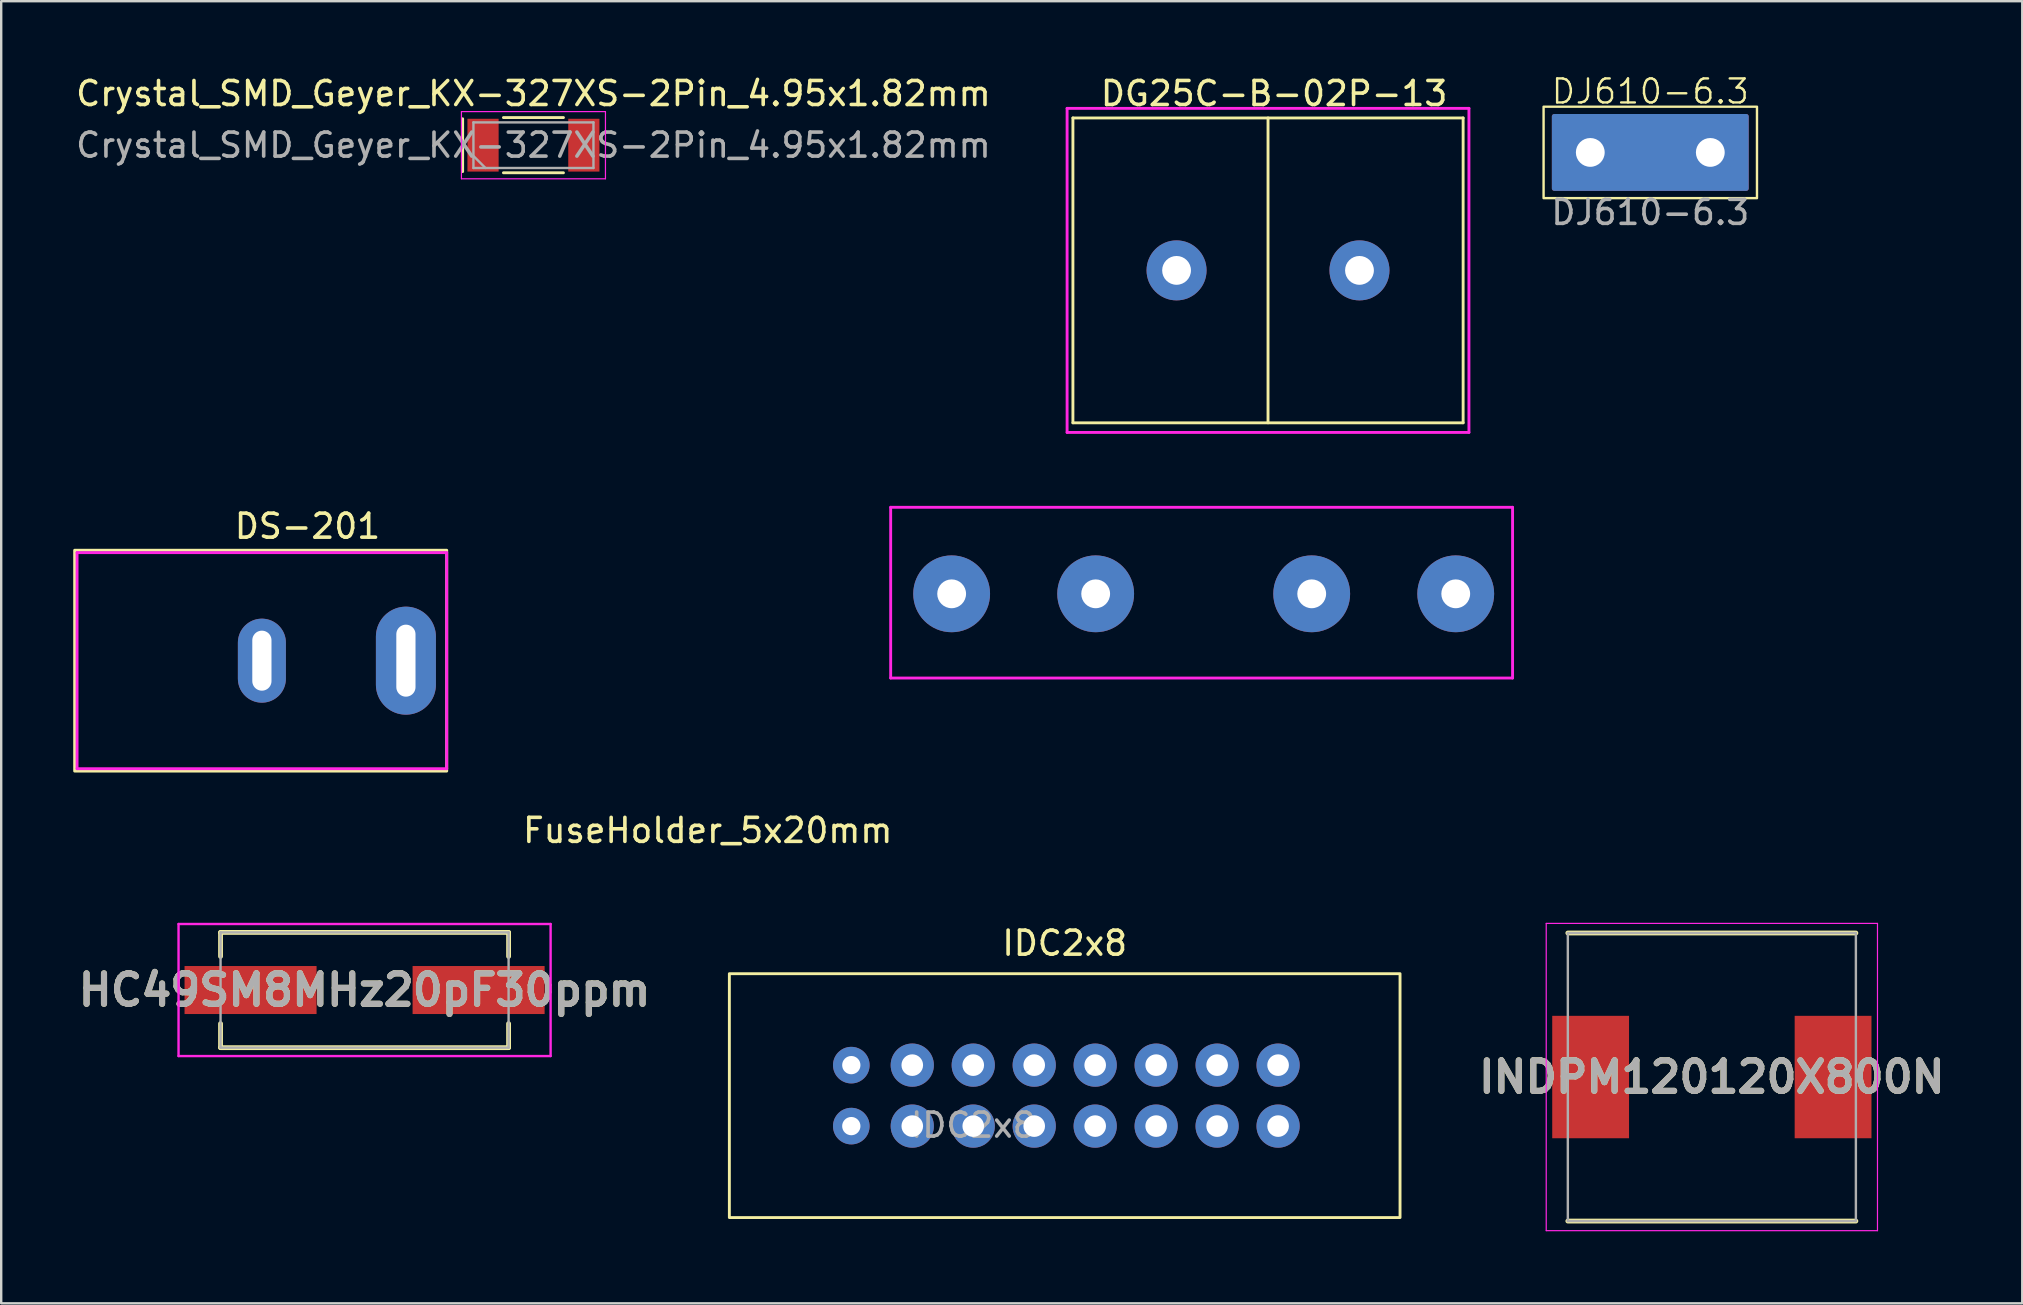
<source format=kicad_pcb>
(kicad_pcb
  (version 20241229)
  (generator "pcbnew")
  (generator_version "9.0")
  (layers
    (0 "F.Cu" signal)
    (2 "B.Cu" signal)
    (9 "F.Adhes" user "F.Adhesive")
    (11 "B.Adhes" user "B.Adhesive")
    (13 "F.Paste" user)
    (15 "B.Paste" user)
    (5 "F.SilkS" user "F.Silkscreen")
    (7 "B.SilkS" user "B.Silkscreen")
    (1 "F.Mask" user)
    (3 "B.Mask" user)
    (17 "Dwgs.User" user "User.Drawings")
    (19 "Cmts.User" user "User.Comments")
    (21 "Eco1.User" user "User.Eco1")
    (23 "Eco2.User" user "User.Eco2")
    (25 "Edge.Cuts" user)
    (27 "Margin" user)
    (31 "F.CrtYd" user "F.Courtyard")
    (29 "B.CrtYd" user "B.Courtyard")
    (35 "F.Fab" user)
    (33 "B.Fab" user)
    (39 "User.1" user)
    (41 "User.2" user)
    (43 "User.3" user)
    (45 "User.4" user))
  (footprint "FuseHolder_5x20mm"
    (layer "F.Cu")
    (at 34.055 25.196)
    (property "Reference" "FuseHolder_5x20mm" (at -7.62 6.35 0) (layer "F.SilkS") (effects (font (size 1 1) (thickness 0.15))))
    (attr through_hole)
    (fp_line (start 0 -7.112) (end 0 0) (stroke (width 0.12) (type solid)) (layer "F.CrtYd"))
    (fp_line (start 0 0) (end 25.908 0) (stroke (width 0.12) (type solid)) (layer "F.CrtYd"))
    (fp_line (start 25.908 -7.112) (end 0 -7.112) (stroke (width 0.12) (type solid)) (layer "F.CrtYd"))
    (fp_line (start 25.908 0) (end 25.908 -7.112) (stroke (width 0.12) (type solid)) (layer "F.CrtYd"))
    (pad "1" thru_hole circle (at 17.54 -3.508) (size 3.2 3.2) (drill 1.2) (layers "*.Cu" "*.Mask"))
    (pad "1" thru_hole circle (at 23.54 -3.508) (size 3.2 3.2) (drill 1.2) (layers "*.Cu" "*.Mask"))
    (pad "2" thru_hole circle (at 2.54 -3.508) (size 3.2 3.2) (drill 1.2) (layers "*.Cu" "*.Mask"))
    (pad "2" thru_hole circle (at 8.54 -3.508) (size 3.2 3.2) (drill 1.2) (layers "*.Cu" "*.Mask")))
  (footprint "INDPM120120X800N"
    (layer "F.Cu")
    (at 68.265 41.819)
    (property "Reference" "INDPM120120X800N" (at 0 0 0) (layer "F.SilkS") (effects (font (size 1.27 1.27) (thickness 0.254))))
    (attr smd)
    (fp_line (start -6 6) (end 6 6) (stroke (width 0.2) (type solid)) (layer "F.SilkS"))
    (fp_line (start 6 -6) (end -6 -6) (stroke (width 0.2) (type solid)) (layer "F.SilkS"))
    (fp_line (start -6.9 -6.4) (end 6.9 -6.4) (stroke (width 0.05) (type solid)) (layer "F.CrtYd"))
    (fp_line (start -6.9 6.4) (end -6.9 -6.4) (stroke (width 0.05) (type solid)) (layer "F.CrtYd"))
    (fp_line (start 6.9 -6.4) (end 6.9 6.4) (stroke (width 0.05) (type solid)) (layer "F.CrtYd"))
    (fp_line (start 6.9 6.4) (end -6.9 6.4) (stroke (width 0.05) (type solid)) (layer "F.CrtYd"))
    (fp_line (start -6 -6) (end 6 -6) (stroke (width 0.1) (type solid)) (layer "F.Fab"))
    (fp_line (start -6 6) (end -6 -6) (stroke (width 0.1) (type solid)) (layer "F.Fab"))
    (fp_line (start 6 -6) (end 6 6) (stroke (width 0.1) (type solid)) (layer "F.Fab"))
    (fp_line (start 6 6) (end -6 6) (stroke (width 0.1) (type solid)) (layer "F.Fab"))
    (fp_text user "${REFERENCE}" (at 0 0 0) (layer "F.Fab") (effects (font (size 1.27 1.27) (thickness 0.254))))
    (pad "1" smd rect (at -5.05 0) (size 3.2 5.1) (layers "F.Cu" "F.Mask" "F.Paste"))
    (pad "2" smd rect (at 5.05 0) (size 3.2 5.1) (layers "F.Cu" "F.Mask" "F.Paste")))
  (footprint "DJ610-6.3"
    (layer "F.Cu")
    (at 65.7 3.3)
    (property "Reference" "DJ610-6.3" (at 0 -2.54 0) (unlocked yes) (layer "F.SilkS") (effects (font (size 1 1) (thickness 0.1))))
    (attr through_hole)
    (fp_rect (start -4 -1.5) (end 4 1.5) (stroke (width 0.2) (type solid)) (fill yes) (layer "F.Cu"))
    (fp_rect (start -4 -1.5) (end 4 1.5) (stroke (width 0.2) (type solid)) (fill yes) (layer "F.Mask"))
    (fp_rect (start -4 -1.5) (end 4 1.5) (stroke (width 0.2) (type solid)) (fill yes) (layer "B.Cu"))
    (fp_rect (start -4 -1.5) (end 4 1.5) (stroke (width 0.2) (type solid)) (fill yes) (layer "B.Mask"))
    (fp_rect (start -4.445 -1.905) (end 4.445 1.905) (stroke (width 0.1) (type default)) (fill no) (layer "F.SilkS"))
    (fp_text user "${REFERENCE}" (at 0 2.5 0) (unlocked yes) (layer "F.Fab") (effects (font (size 1 1) (thickness 0.15))))
    (pad "1" thru_hole circle (at -2.5 0) (size 2 2) (drill 1.2) (layers "*.Cu" "*.Mask"))
    (pad "1" thru_hole circle (at 2.5 0) (size 2 2) (drill 1.2) (layers "*.Cu" "*.Mask")))
  (footprint "DG25C-B-02P-13"
    (layer "F.Cu")
    (at 49.775 8.214)
    (property "Reference" "DG25C-B-02P-13" (at 0.254 -7.366 0) (layer "F.SilkS") (effects (font (size 1 1) (thickness 0.15))))
    (attr through_hole)
    (fp_line (start -8.128 -6.35) (end 8.128 -6.35) (stroke (width 0.12) (type solid)) (layer "F.SilkS"))
    (fp_line (start -8.128 6.35) (end -8.128 -6.35) (stroke (width 0.12) (type solid)) (layer "F.SilkS"))
    (fp_line (start 0 -6.35) (end 0 6.35) (stroke (width 0.12) (type solid)) (layer "F.SilkS"))
    (fp_line (start 8.128 -6.35) (end 8.128 6.35) (stroke (width 0.12) (type solid)) (layer "F.SilkS"))
    (fp_line (start 8.128 6.35) (end -8.128 6.35) (stroke (width 0.12) (type solid)) (layer "F.SilkS"))
    (fp_line (start -8.37 -6.75) (end 8.37 -6.75) (stroke (width 0.12) (type solid)) (layer "F.CrtYd"))
    (fp_line (start -8.37 6.75) (end -8.37 -6.75) (stroke (width 0.12) (type solid)) (layer "F.CrtYd"))
    (fp_line (start 8.37 -6.75) (end 8.37 6.75) (stroke (width 0.12) (type solid)) (layer "F.CrtYd"))
    (fp_line (start 8.37 6.75) (end -8.37 6.75) (stroke (width 0.12) (type solid)) (layer "F.CrtYd"))
    (pad "1" thru_hole circle (at -3.81 0) (size 2.5 2.5) (drill 1.2) (layers "*.Cu" "*.Mask"))
    (pad "2" thru_hole circle (at 3.81 0) (size 2.5 2.5) (drill 1.2) (layers "*.Cu" "*.Mask")))
  (footprint "HC49SM8MHz20pF30ppm"
    (layer "F.Cu")
    (at 12.138 38.194)
    (property "Reference" "HC49SM8MHz20pF30ppm" (at 0 0 0) (layer "F.SilkS") (effects (font (size 1.27 1.27) (thickness 0.254))))
    (attr smd)
    (fp_line (start -6 -2.4) (end 6 -2.4) (stroke (width 0.2) (type solid)) (layer "F.SilkS"))
    (fp_line (start -6 -1.4) (end -6 -2.4) (stroke (width 0.2) (type solid)) (layer "F.SilkS"))
    (fp_line (start -6 1.4) (end -6 2.4) (stroke (width 0.2) (type solid)) (layer "F.SilkS"))
    (fp_line (start -6 2.4) (end 6 2.4) (stroke (width 0.2) (type solid)) (layer "F.SilkS"))
    (fp_line (start 6 -2.4) (end 6 -1.4) (stroke (width 0.2) (type solid)) (layer "F.SilkS"))
    (fp_line (start 6 2.4) (end 6 1.4) (stroke (width 0.2) (type solid)) (layer "F.SilkS"))
    (fp_line (start -7.75 -2.75) (end 7.75 -2.75) (stroke (width 0.1) (type solid)) (layer "F.CrtYd"))
    (fp_line (start -7.75 2.75) (end -7.75 -2.75) (stroke (width 0.1) (type solid)) (layer "F.CrtYd"))
    (fp_line (start 7.75 -2.75) (end 7.75 2.75) (stroke (width 0.1) (type solid)) (layer "F.CrtYd"))
    (fp_line (start 7.75 2.75) (end -7.75 2.75) (stroke (width 0.1) (type solid)) (layer "F.CrtYd"))
    (fp_line (start -6 -2.4) (end 6 -2.4) (stroke (width 0.1) (type solid)) (layer "F.Fab"))
    (fp_line (start -6 2.4) (end -6 -2.4) (stroke (width 0.1) (type solid)) (layer "F.Fab"))
    (fp_line (start 6 -2.4) (end 6 2.4) (stroke (width 0.1) (type solid)) (layer "F.Fab"))
    (fp_line (start 6 2.4) (end -6 2.4) (stroke (width 0.1) (type solid)) (layer "F.Fab"))
    (fp_text user "${REFERENCE}" (at 0 0 0) (layer "F.Fab") (effects (font (size 1.27 1.27) (thickness 0.254))))
    (pad "1" smd rect (at -4.75 0 90) (size 2 5.5) (layers "F.Cu" "F.Mask" "F.Paste"))
    (pad "2" smd rect (at 4.75 0 90) (size 2 5.5) (layers "F.Cu" "F.Mask" "F.Paste")))
  (footprint "IDC2x8"
    (layer "F.Cu")
    (at 37.495 43.863)
    (property "Reference" "IDC2x8" (at 3.81 -7.62 0) (unlocked yes) (layer "F.SilkS") (effects (font (size 1 1) (thickness 0.15))))
    (attr through_hole)
    (fp_rect (start 17.78 -6.35) (end -10.16 3.81) (stroke (width 0.12) (type solid)) (fill no) (layer "F.SilkS"))
    (fp_text user "${REFERENCE}" (at 0 -0.04 0) (unlocked yes) (layer "F.Fab") (effects (font (size 1 1) (thickness 0.15))))
    (pad "1" thru_hole circle (at 12.7 -2.54) (size 1.8 1.8) (drill 0.9) (layers "*.Cu" "*.Mask"))
    (pad "2" thru_hole circle (at 12.7 0) (size 1.8 1.8) (drill 0.9) (layers "*.Cu" "*.Mask"))
    (pad "3" thru_hole circle (at 10.16 -2.54) (size 1.8 1.8) (drill 0.9) (layers "*.Cu" "*.Mask"))
    (pad "4" thru_hole circle (at 10.16 0) (size 1.8 1.8) (drill 0.9) (layers "*.Cu" "*.Mask"))
    (pad "5" thru_hole circle (at 7.62 -2.54) (size 1.8 1.8) (drill 0.9) (layers "*.Cu" "*.Mask"))
    (pad "6" thru_hole circle (at 7.62 0) (size 1.8 1.8) (drill 0.9) (layers "*.Cu" "*.Mask"))
    (pad "7" thru_hole circle (at 5.08 -2.54) (size 1.8 1.8) (drill 0.9) (layers "*.Cu" "*.Mask"))
    (pad "8" thru_hole circle (at 5.08 0) (size 1.8 1.8) (drill 0.9) (layers "*.Cu" "*.Mask"))
    (pad "9" thru_hole circle (at 2.54 -2.54) (size 1.8 1.8) (drill 0.9) (layers "*.Cu" "*.Mask"))
    (pad "10" thru_hole circle (at 2.54 0) (size 1.8 1.8) (drill 0.9) (layers "*.Cu" "*.Mask"))
    (pad "11" thru_hole circle (at 0 -2.54) (size 1.8 1.8) (drill 0.9) (layers "*.Cu" "*.Mask"))
    (pad "12" thru_hole circle (at 0 0) (size 1.8 1.8) (drill 0.9) (layers "*.Cu" "*.Mask"))
    (pad "13" thru_hole circle (at -2.54 -2.54) (size 1.8 1.8) (drill 0.9) (layers "*.Cu" "*.Mask"))
    (pad "14" thru_hole circle (at -2.54 0) (size 1.8 1.8) (drill 0.9) (layers "*.Cu" "*.Mask"))
    (pad "15" thru_hole circle (at -5.08 -2.54) (size 1.524 1.524) (drill 0.762) (layers "*.Cu" "*.Mask"))
    (pad "16" thru_hole circle (at -5.08 0) (size 1.524 1.524) (drill 0.762) (layers "*.Cu" "*.Mask")))
  (footprint "Crystal_SMD_Geyer_KX-327XS-2Pin_4.95x1.82mm"
    (layer "F.Cu")
    (at 19.173 2.998)
    (property "Reference" "Crystal_SMD_Geyer_KX-327XS-2Pin_4.95x1.82mm" (at 0 -2.15 0) (layer "F.SilkS") (effects (font (size 1 1) (thickness 0.15))))
    (attr smd)
    (fp_line (start -2.95 -1.1) (end -2.95 1.1) (stroke (width 0.12) (type solid)) (layer "F.SilkS"))
    (fp_line (start -1.25 -1.15) (end 1.25 -1.15) (stroke (width 0.12) (type solid)) (layer "F.SilkS"))
    (fp_line (start -1.25 1.15) (end 1.25 1.15) (stroke (width 0.12) (type solid)) (layer "F.SilkS"))
    (fp_line (start -3 -1.4) (end -3 1.4) (stroke (width 0.05) (type solid)) (layer "F.CrtYd"))
    (fp_line (start -3 1.4) (end 3 1.4) (stroke (width 0.05) (type solid)) (layer "F.CrtYd"))
    (fp_line (start 3 -1.4) (end -3 -1.4) (stroke (width 0.05) (type solid)) (layer "F.CrtYd"))
    (fp_line (start 3 1.4) (end 3 -1.4) (stroke (width 0.05) (type solid)) (layer "F.CrtYd"))
    (fp_line (start -2.5 -0.95) (end -2.5 0.95) (stroke (width 0.1) (type solid)) (layer "F.Fab"))
    (fp_line (start -2.5 0.45) (end -2 0.95) (stroke (width 0.1) (type solid)) (layer "F.Fab"))
    (fp_line (start -2.5 0.95) (end 2.5 0.95) (stroke (width 0.1) (type solid)) (layer "F.Fab"))
    (fp_line (start 2.5 -0.95) (end -2.5 -0.95) (stroke (width 0.1) (type solid)) (layer "F.Fab"))
    (fp_line (start 2.5 0.95) (end 2.5 -0.95) (stroke (width 0.1) (type solid)) (layer "F.Fab"))
    (fp_text user "${REFERENCE}" (at 0 0 0) (layer "F.Fab") (effects (font (size 1 1) (thickness 0.15))))
    (pad "1" smd rect (at -2.1 0) (size 1.3 2.2) (layers "F.Cu" "F.Mask" "F.Paste"))
    (pad "2" smd rect (at 2.1 0) (size 1.3 2.2) (layers "F.Cu" "F.Mask" "F.Paste")))
  (footprint "DS-201"
    (layer "F.Cu")
    (at 1.86 31.973)
    (property "Reference" "DS-201" (at 7.9 -13.1 0) (layer "F.SilkS") (effects (font (size 1 1) (thickness 0.15))))
    (attr through_hole)
    (fp_rect (start 13.7 -12.1) (end -1.8 -2.9) (stroke (width 0.12) (type solid)) (fill no) (layer "F.SilkS"))
    (fp_line (start -1.7 -12) (end 13.7 -12) (stroke (width 0.12) (type solid)) (layer "F.CrtYd"))
    (fp_line (start -1.7 -3) (end -1.7 -12) (stroke (width 0.12) (type solid)) (layer "F.CrtYd"))
    (fp_line (start -1.7 -3) (end 13.7 -3) (stroke (width 0.12) (type solid)) (layer "F.CrtYd"))
    (fp_line (start 13.7 -12) (end 13.7 -3) (stroke (width 0.12) (type solid)) (layer "F.CrtYd"))
    (pad "1" thru_hole oval (at 12 -7.5 270) (size 4.5 2.5) (drill oval 3 0.8) (layers "*.Cu" "*.Mask"))
    (pad "2" thru_hole oval (at 6 -7.5 90) (size 3.5 2) (drill oval 2.5 0.8) (layers "*.Cu" "*.Mask")))
  (gr_rect
    (start -3 -3)
    (end 81.196 51.245)
    (stroke (width 0.1) (type default))
    (fill no)
    (layer "Edge.Cuts")))
</source>
